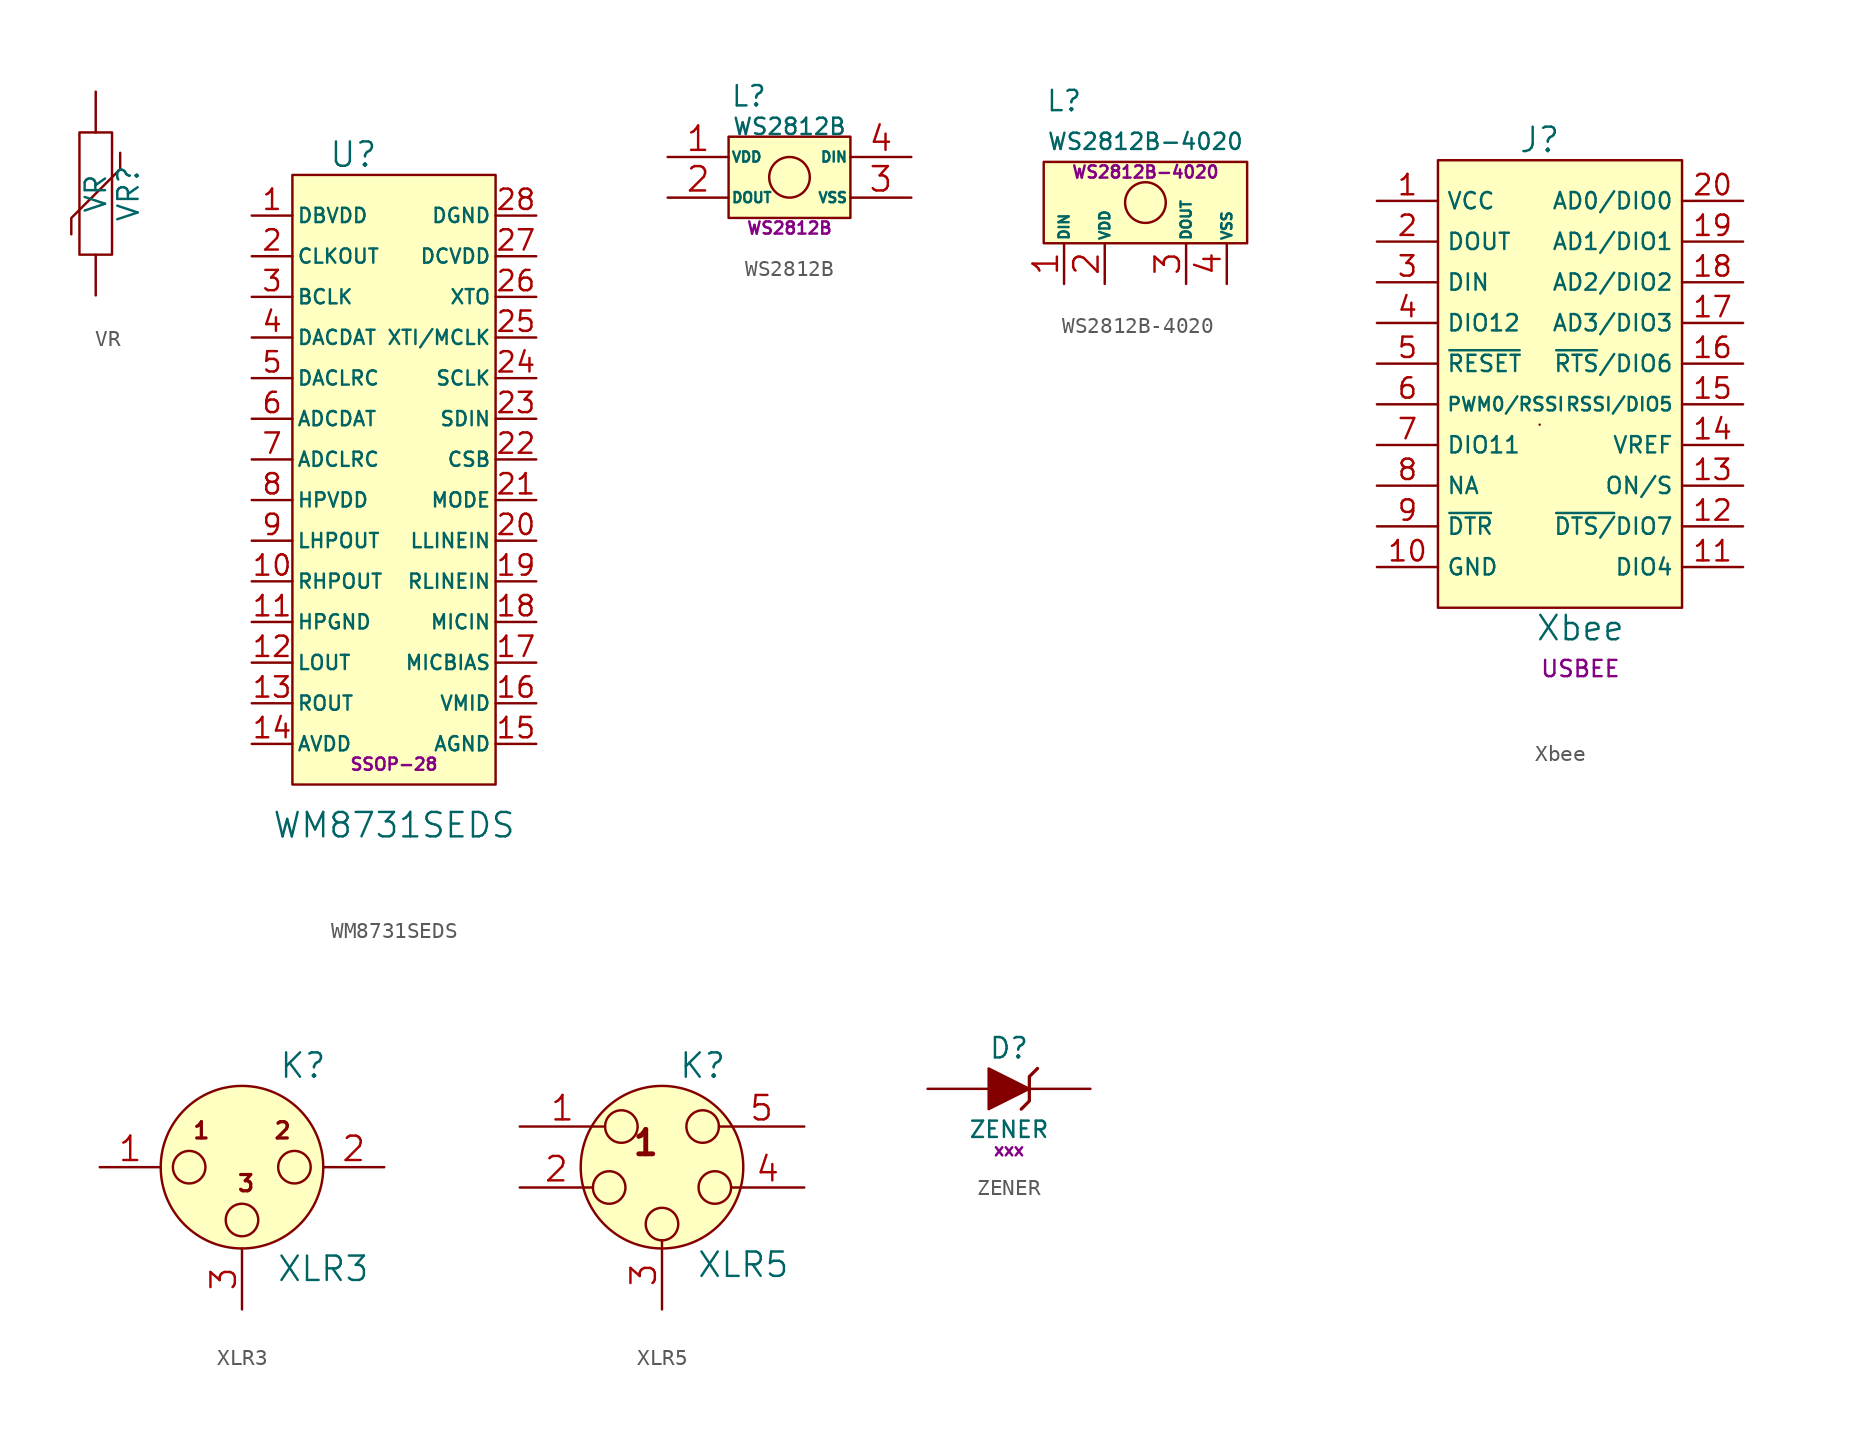
<source format=kicad_sym>
(kicad_symbol_lib
  (version 20220914)
  (generator kicad_symbol_editor)
  (symbol "VR"
    (pin_numbers hide)
    (pin_names
      (offset 0))
    (property "Reference" "VR"
      (at 2.032 0 90)
      (effects (font (size 1.27 1.27))))
    (property "Value" "VR"
      (at 0 0 90)
      (effects (font (size 1.27 1.27))))
    (property "Footprint" ""
      (at 0 0 0)
      (effects (font (size 1.524 1.524))))
    (property "Datasheet" ""
      (at 0 0 0)
      (effects (font (size 1.524 1.524))))
    (symbol "VR_0_1"
      (rectangle (start -1.016 3.81) (end 1.016 -3.81) (stroke (width 0) (type default)) (fill (type none)))
      (polyline (pts (xy -1.524 -2.54) (xy -1.524 -1.524) (xy 1.524 1.524) (xy 1.524 2.54) (xy 1.524 2.54)) (stroke (width 0) (type default)) (fill (type none))))
    (symbol "VR_1_1"
      (pin passive line (at 0 6.35 270) (length 2.54) (name "~" (effects (font (size 1.524 1.524)))) (number "1" (effects (font (size 1.524 1.524)))))
      (pin passive line (at 0 -6.35 90) (length 2.54) (name "~" (effects (font (size 1.524 1.524)))) (number "2" (effects (font (size 1.524 1.524)))))))
  (symbol "WM8731SEDS"
    (pin_names
      (offset 0.254))
    (property "Reference" "U"
      (at -2.54 20.32 0)
      (effects (font (size 1.524 1.524))))
    (property "Value" "WM8731SEDS"
      (at 0 -21.59 0)
      (effects (font (size 1.524 1.524))))
    (property "Footprint" "SSOP-28"
      (at 0 -17.78 0)
      (effects (font (size 0.762 0.762))))
    (property "Datasheet" ""
      (at 0 0 0)
      (effects (font (size 1.524 1.524))))
    (symbol "WM8731SEDS_0_1"
      (rectangle (start -6.35 19.05) (end 6.35 -19.05) (stroke (width 0) (type default)) (fill (type background))))
    (symbol "WM8731SEDS_1_1"
      (pin bidirectional line (at -8.89 16.51 0) (length 2.54) (name "DBVDD" (effects (font (size 0.889 0.889)))) (number "1" (effects (font (size 1.27 1.27)))))
      (pin bidirectional line (at -8.89 -6.35 0) (length 2.54) (name "RHPOUT" (effects (font (size 0.889 0.889)))) (number "10" (effects (font (size 1.27 1.27)))))
      (pin bidirectional line (at -8.89 -8.89 0) (length 2.54) (name "HPGND" (effects (font (size 0.889 0.889)))) (number "11" (effects (font (size 1.27 1.27)))))
      (pin bidirectional line (at -8.89 -11.43 0) (length 2.54) (name "LOUT" (effects (font (size 0.889 0.889)))) (number "12" (effects (font (size 1.27 1.27)))))
      (pin bidirectional line (at -8.89 -13.97 0) (length 2.54) (name "ROUT" (effects (font (size 0.889 0.889)))) (number "13" (effects (font (size 1.27 1.27)))))
      (pin bidirectional line (at -8.89 -16.51 0) (length 2.54) (name "AVDD" (effects (font (size 0.889 0.889)))) (number "14" (effects (font (size 1.27 1.27)))))
      (pin bidirectional line (at 8.89 -16.51 180) (length 2.54) (name "AGND" (effects (font (size 0.889 0.889)))) (number "15" (effects (font (size 1.27 1.27)))))
      (pin bidirectional line (at 8.89 -13.97 180) (length 2.54) (name "VMID" (effects (font (size 0.889 0.889)))) (number "16" (effects (font (size 1.27 1.27)))))
      (pin bidirectional line (at 8.89 -11.43 180) (length 2.54) (name "MICBIAS" (effects (font (size 0.889 0.889)))) (number "17" (effects (font (size 1.27 1.27)))))
      (pin bidirectional line (at 8.89 -8.89 180) (length 2.54) (name "MICIN" (effects (font (size 0.889 0.889)))) (number "18" (effects (font (size 1.27 1.27)))))
      (pin bidirectional line (at 8.89 -6.35 180) (length 2.54) (name "RLINEIN" (effects (font (size 0.889 0.889)))) (number "19" (effects (font (size 1.27 1.27)))))
      (pin bidirectional line (at -8.89 13.97 0) (length 2.54) (name "CLKOUT" (effects (font (size 0.889 0.889)))) (number "2" (effects (font (size 1.27 1.27)))))
      (pin bidirectional line (at 8.89 -3.81 180) (length 2.54) (name "LLINEIN" (effects (font (size 0.889 0.889)))) (number "20" (effects (font (size 1.27 1.27)))))
      (pin bidirectional line (at 8.89 -1.27 180) (length 2.54) (name "MODE" (effects (font (size 0.889 0.889)))) (number "21" (effects (font (size 1.27 1.27)))))
      (pin bidirectional line (at 8.89 1.27 180) (length 2.54) (name "CSB" (effects (font (size 0.889 0.889)))) (number "22" (effects (font (size 1.27 1.27)))))
      (pin bidirectional line (at 8.89 3.81 180) (length 2.54) (name "SDIN" (effects (font (size 0.889 0.889)))) (number "23" (effects (font (size 1.27 1.27)))))
      (pin bidirectional line (at 8.89 6.35 180) (length 2.54) (name "SCLK" (effects (font (size 0.889 0.889)))) (number "24" (effects (font (size 1.27 1.27)))))
      (pin bidirectional line (at 8.89 8.89 180) (length 2.54) (name "XTI/MCLK" (effects (font (size 0.889 0.889)))) (number "25" (effects (font (size 1.27 1.27)))))
      (pin bidirectional line (at 8.89 11.43 180) (length 2.54) (name "XTO" (effects (font (size 0.889 0.889)))) (number "26" (effects (font (size 1.27 1.27)))))
      (pin bidirectional line (at 8.89 13.97 180) (length 2.54) (name "DCVDD" (effects (font (size 0.889 0.889)))) (number "27" (effects (font (size 1.27 1.27)))))
      (pin bidirectional line (at 8.89 16.51 180) (length 2.54) (name "DGND" (effects (font (size 0.889 0.889)))) (number "28" (effects (font (size 1.27 1.27)))))
      (pin bidirectional line (at -8.89 11.43 0) (length 2.54) (name "BCLK" (effects (font (size 0.889 0.889)))) (number "3" (effects (font (size 1.27 1.27)))))
      (pin bidirectional line (at -8.89 8.89 0) (length 2.54) (name "DACDAT" (effects (font (size 0.889 0.889)))) (number "4" (effects (font (size 1.27 1.27)))))
      (pin bidirectional line (at -8.89 6.35 0) (length 2.54) (name "DACLRC" (effects (font (size 0.889 0.889)))) (number "5" (effects (font (size 1.27 1.27)))))
      (pin bidirectional line (at -8.89 3.81 0) (length 2.54) (name "ADCDAT" (effects (font (size 0.889 0.889)))) (number "6" (effects (font (size 1.27 1.27)))))
      (pin bidirectional line (at -8.89 1.27 0) (length 2.54) (name "ADCLRC" (effects (font (size 0.889 0.889)))) (number "7" (effects (font (size 1.27 1.27)))))
      (pin bidirectional line (at -8.89 -1.27 0) (length 2.54) (name "HPVDD" (effects (font (size 0.889 0.889)))) (number "8" (effects (font (size 1.27 1.27)))))
      (pin bidirectional line (at -8.89 -3.81 0) (length 2.54) (name "LHPOUT" (effects (font (size 0.889 0.889)))) (number "9" (effects (font (size 1.27 1.27)))))))
  (symbol "WS2812B"
    (pin_names
      (offset 0.127))
    (property "Reference" "L"
      (at -2.54 5.08 0)
      (effects (font (size 1.27 1.27))))
    (property "Value" "WS2812B"
      (at 0 3.175 0)
      (effects (font (size 1.016 1.016))))
    (property "Footprint" "WS2812B"
      (at 0 -3.175 0)
      (effects (font (size 0.762 0.762))))
    (property "Datasheet" ""
      (at 0 0 0)
      (effects (font (size 1.524 1.524))))
    (symbol "WS2812B_0_1"
      (rectangle (start -3.81 2.54) (end 3.81 -2.54) (stroke (width 0) (type default)) (fill (type background)))
      (circle (center 0 0) (radius 1.27) (stroke (width 0) (type default)) (fill (type none))))
    (symbol "WS2812B_1_1"
      (pin passive line (at -7.62 1.27 0) (length 3.81) (name "VDD" (effects (font (size 0.635 0.635)))) (number "1" (effects (font (size 1.524 1.524)))))
      (pin passive line (at -7.62 -1.27 0) (length 3.81) (name "DOUT" (effects (font (size 0.635 0.635)))) (number "2" (effects (font (size 1.524 1.524)))))
      (pin passive line (at 7.62 -1.27 180) (length 3.81) (name "VSS" (effects (font (size 0.635 0.635)))) (number "3" (effects (font (size 1.524 1.524)))))
      (pin passive line (at 7.62 1.27 180) (length 3.81) (name "DIN" (effects (font (size 0.635 0.635)))) (number "4" (effects (font (size 1.524 1.524)))))))
  (symbol "WS2812B-4020"
    (pin_names
      (offset 0.127))
    (property "Reference" "L"
      (at -5.08 6.35 0)
      (effects (font (size 1.27 1.27))))
    (property "Value" "WS2812B-4020"
      (at 0 3.81 0)
      (effects (font (size 1.016 1.016))))
    (property "Footprint" "WS2812B-4020"
      (at 0 1.905 0)
      (effects (font (size 0.762 0.762))))
    (property "Datasheet" ""
      (at -2.54 0 0)
      (effects (font (size 1.524 1.524))))
    (symbol "WS2812B-4020_0_1"
      (rectangle (start -6.35 2.54) (end 6.35 -2.54) (stroke (width 0) (type default)) (fill (type background)))
      (circle (center 0 0) (radius 1.27) (stroke (width 0) (type default)) (fill (type none))))
    (symbol "WS2812B-4020_1_1"
      (pin input line (at -5.08 -5.08 90) (length 2.54) (name "DIN" (effects (font (size 0.635 0.635)))) (number "1" (effects (font (size 1.524 1.524)))))
      (pin power_in line (at -2.54 -5.08 90) (length 2.54) (name "VDD" (effects (font (size 0.635 0.635)))) (number "2" (effects (font (size 1.524 1.524)))))
      (pin output line (at 2.54 -5.08 90) (length 2.54) (name "DOUT" (effects (font (size 0.635 0.635)))) (number "3" (effects (font (size 1.524 1.524)))))
      (pin output line (at 5.08 -5.08 90) (length 2.54) (name "VSS" (effects (font (size 0.635 0.635)))) (number "4" (effects (font (size 1.524 1.524)))))))
  (symbol "Xbee"
    (property "Reference" "J"
      (at -2.54 15.24 0)
      (effects (font (size 1.524 1.524))))
    (property "Value" "Xbee"
      (at 0 -15.24 0)
      (effects (font (size 1.524 1.524))))
    (property "Footprint" "USBEE"
      (at 0 -17.78 0)
      (effects (font (size 1.016 1.016))))
    (property "Datasheet" ""
      (at 0 0 0)
      (effects (font (size 1.524 1.524))))
    (symbol "Xbee_0_1"
      (rectangle (start -8.89 13.97) (end 6.35 -13.97) (stroke (width 0) (type default)) (fill (type background)))
      (polyline (pts (xy -2.54 -2.54) (xy -2.54 -2.54)) (stroke (width 0) (type default)) (fill (type none))))
    (symbol "Xbee_1_1"
      (pin input line (at -12.7 11.43 0) (length 3.81) (name "VCC" (effects (font (size 1.016 1.016)))) (number "1" (effects (font (size 1.27 1.27)))))
      (pin input line (at -12.7 -11.43 0) (length 3.81) (name "GND" (effects (font (size 1.016 1.016)))) (number "10" (effects (font (size 1.27 1.27)))))
      (pin input line (at 10.16 -11.43 180) (length 3.81) (name "DIO4" (effects (font (size 1.016 1.016)))) (number "11" (effects (font (size 1.27 1.27)))))
      (pin input line (at 10.16 -8.89 180) (length 3.81) (name "~{DTS/}DIO7" (effects (font (size 1.016 1.016)))) (number "12" (effects (font (size 1.27 1.27)))))
      (pin input line (at 10.16 -6.35 180) (length 3.81) (name "ON/S" (effects (font (size 1.016 1.016)))) (number "13" (effects (font (size 1.27 1.27)))))
      (pin input line (at 10.16 -3.81 180) (length 3.81) (name "VREF" (effects (font (size 1.016 1.016)))) (number "14" (effects (font (size 1.27 1.27)))))
      (pin input line (at 10.16 -1.27 180) (length 3.81) (name "RSSI/DIO5" (effects (font (size 0.838 0.838)))) (number "15" (effects (font (size 1.27 1.27)))))
      (pin input line (at 10.16 1.27 180) (length 3.81) (name "~{RTS}/DIO6" (effects (font (size 1.016 1.016)))) (number "16" (effects (font (size 1.27 1.27)))))
      (pin input line (at 10.16 3.81 180) (length 3.81) (name "AD3/DIO3" (effects (font (size 1.016 1.016)))) (number "17" (effects (font (size 1.27 1.27)))))
      (pin input line (at 10.16 6.35 180) (length 3.81) (name "AD2/DIO2" (effects (font (size 1.016 1.016)))) (number "18" (effects (font (size 1.27 1.27)))))
      (pin input line (at 10.16 8.89 180) (length 3.81) (name "AD1/DIO1" (effects (font (size 1.016 1.016)))) (number "19" (effects (font (size 1.27 1.27)))))
      (pin input line (at -12.7 8.89 0) (length 3.81) (name "DOUT" (effects (font (size 1.016 1.016)))) (number "2" (effects (font (size 1.27 1.27)))))
      (pin input line (at 10.16 11.43 180) (length 3.81) (name "AD0/DIO0" (effects (font (size 1.016 1.016)))) (number "20" (effects (font (size 1.27 1.27)))))
      (pin input line (at -12.7 6.35 0) (length 3.81) (name "DIN" (effects (font (size 1.016 1.016)))) (number "3" (effects (font (size 1.27 1.27)))))
      (pin input line (at -12.7 3.81 0) (length 3.81) (name "DIO12" (effects (font (size 1.016 1.016)))) (number "4" (effects (font (size 1.27 1.27)))))
      (pin input line (at -12.7 1.27 0) (length 3.81) (name "~{RESET}" (effects (font (size 1.016 1.016)))) (number "5" (effects (font (size 1.27 1.27)))))
      (pin input line (at -12.7 -1.27 0) (length 3.81) (name "PWM0/RSSI" (effects (font (size 0.838 0.838)))) (number "6" (effects (font (size 1.27 1.27)))))
      (pin input line (at -12.7 -3.81 0) (length 3.81) (name "DIO11" (effects (font (size 1.016 1.016)))) (number "7" (effects (font (size 1.27 1.27)))))
      (pin input line (at -12.7 -6.35 0) (length 3.81) (name "NA" (effects (font (size 1.016 1.016)))) (number "8" (effects (font (size 1.27 1.27)))))
      (pin input line (at -12.7 -8.89 0) (length 3.81) (name "~{DTR}" (effects (font (size 1.016 1.016)))) (number "9" (effects (font (size 1.27 1.27)))))))
  (symbol "XLR3"
    (pin_names
      (offset 0.762) hide)
    (property "Reference" "K"
      (at 3.81 6.35 0)
      (effects (font (size 1.524 1.524))))
    (property "Value" "XLR3"
      (at 5.08 -6.35 0)
      (effects (font (size 1.524 1.524))))
    (property "Footprint" ""
      (at 0 0 0)
      (effects (font (size 1.524 1.524))))
    (property "Datasheet" ""
      (at 0 0 0)
      (effects (font (size 1.524 1.524))))
    (symbol "XLR3_0_1"
      (circle (center -3.302 0) (radius 1.016) (stroke (width 0) (type default)) (fill (type none)))
      (circle (center 0 -3.302) (radius 1.016) (stroke (width 0) (type default)) (fill (type none)))
      (circle (center 0 0) (radius 5.08) (stroke (width 0) (type default)) (fill (type background)))
      (circle (center 3.277 0) (radius 1.016) (stroke (width 0) (type default)) (fill (type none)))
      (text "1" (at -2.54 2.286 0) (effects (font (size 1.016 1.016) bold)))
      (text "2" (at 2.54 2.286 0) (effects (font (size 1.016 1.016) bold)))
      (text "3" (at 0.254 -1.016 0) (effects (font (size 1.016 1.016) bold)))
      (pin passive line (at -8.89 0 0) (length 3.81) (name "~" (effects (font (size 1.524 1.524)))) (number "1" (effects (font (size 1.524 1.524)))))
      (pin passive line (at 8.89 0 180) (length 3.81) (name "~" (effects (font (size 1.524 1.524)))) (number "2" (effects (font (size 1.524 1.524)))))
      (pin passive line (at 0 -8.89 90) (length 3.81) (name "~" (effects (font (size 1.524 1.524)))) (number "3" (effects (font (size 1.524 1.524)))))))
  (symbol "XLR5"
    (pin_names
      (offset 0.762) hide)
    (property "Reference" "K"
      (at 2.54 6.35 0)
      (effects (font (size 1.524 1.524))))
    (property "Value" "XLR5"
      (at 5.08 -6.096 0)
      (effects (font (size 1.524 1.524))))
    (property "Footprint" ""
      (at 0 0 0)
      (effects (font (size 1.524 1.524))))
    (property "Datasheet" ""
      (at 0 0 0)
      (effects (font (size 1.524 1.524))))
    (symbol "XLR5_0_1"
      (circle (center -3.302 -1.27) (radius 1.016) (stroke (width 0) (type default)) (fill (type none)))
      (circle (center -2.54 2.54) (radius 1.016) (stroke (width 0) (type default)) (fill (type none)))
      (circle (center 0 -3.556) (radius 1.016) (stroke (width 0) (type default)) (fill (type none)))
      (circle (center 0 0) (radius 5.08) (stroke (width 0) (type default)) (fill (type background)))
      (circle (center 2.54 2.54) (radius 1.016) (stroke (width 0) (type default)) (fill (type none)))
      (circle (center 3.302 -1.27) (radius 1.016) (stroke (width 0) (type default)) (fill (type none)))
      (text "1" (at -1.016 1.524 0) (effects (font (size 1.524 1.524) bold))))
    (symbol "XLR5_1_1"
      (pin passive line (at -8.89 2.54 0) (length 5.334) (name "P1" (effects (font (size 1.524 1.524)))) (number "1" (effects (font (size 1.524 1.524)))))
      (pin passive line (at -8.89 -1.27 0) (length 4.572) (name "P2" (effects (font (size 1.524 1.524)))) (number "2" (effects (font (size 1.524 1.524)))))
      (pin passive line (at 0 -8.89 90) (length 4.318) (name "P3" (effects (font (size 1.524 1.524)))) (number "3" (effects (font (size 1.524 1.524)))))
      (pin passive line (at 8.89 -1.27 180) (length 4.572) (name "P3" (effects (font (size 1.524 1.524)))) (number "4" (effects (font (size 1.524 1.524)))))
      (pin passive line (at 8.89 2.54 180) (length 5.334) (name "P5" (effects (font (size 1.524 1.524)))) (number "5" (effects (font (size 1.524 1.524)))))))
  (symbol "ZENER"
    (pin_numbers hide)
    (pin_names
      (offset 1.016) hide)
    (property "Reference" "D"
      (at 0 2.54 0)
      (effects (font (size 1.27 1.27))))
    (property "Value" "ZENER"
      (at 0 -2.54 0)
      (effects (font (size 1.016 1.016))))
    (property "Footprint" "xxx"
      (at 0 -3.81 0)
      (effects (font (size 0.762 0.762))))
    (property "Datasheet" ""
      (at 0 0 0)
      (effects (font (size 1.524 1.524))))
    (symbol "ZENER_0_1"
      (polyline (pts (xy 1.27 0) (xy -1.27 1.27) (xy -1.27 -1.27) (xy 1.27 0) (xy 1.27 0)) (stroke (width 0) (type default)) (fill (type outline)))
      (polyline (pts (xy 1.778 1.27) (xy 1.27 0.762) (xy 1.27 -0.762) (xy 0.762 -1.27) (xy 0.762 -1.27)) (stroke (width 0.203) (type default)) (fill (type none))))
    (symbol "ZENER_1_1"
      (pin passive line (at -5.08 0 0) (length 3.81) (name "A" (effects (font (size 1.016 1.016)))) (number "1" (effects (font (size 1.016 1.016)))))
      (pin passive line (at 5.08 0 180) (length 3.81) (name "K" (effects (font (size 1.016 1.016)))) (number "2" (effects (font (size 1.016 1.016))))))))
</source>
